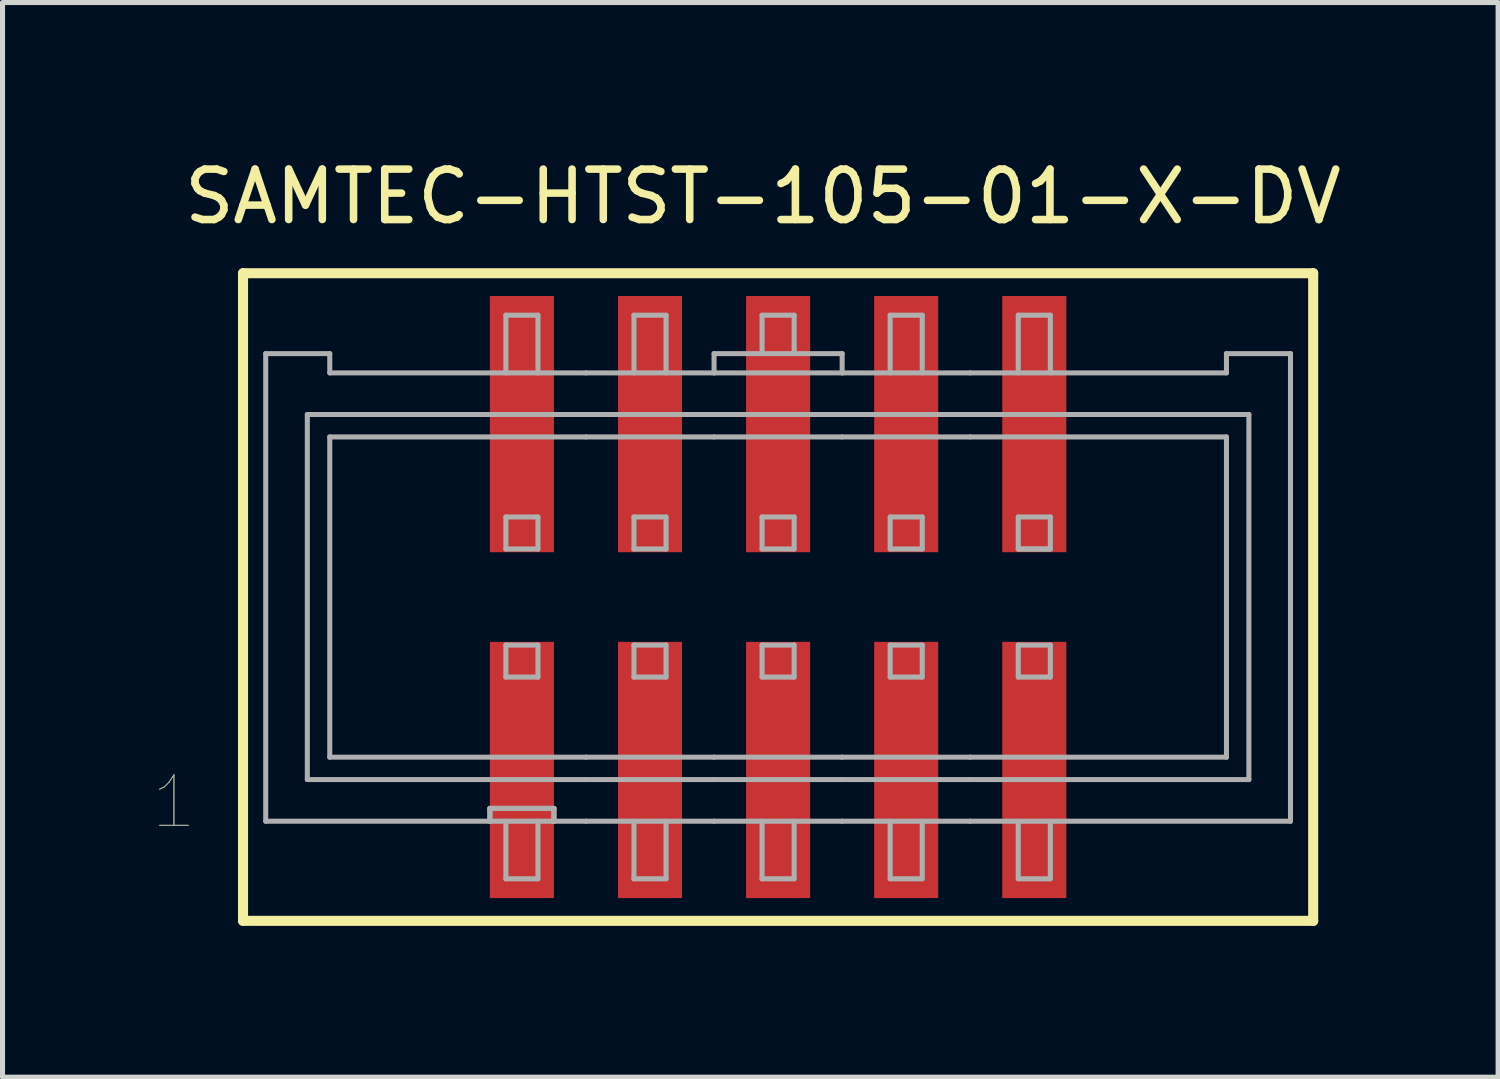
<source format=kicad_pcb>
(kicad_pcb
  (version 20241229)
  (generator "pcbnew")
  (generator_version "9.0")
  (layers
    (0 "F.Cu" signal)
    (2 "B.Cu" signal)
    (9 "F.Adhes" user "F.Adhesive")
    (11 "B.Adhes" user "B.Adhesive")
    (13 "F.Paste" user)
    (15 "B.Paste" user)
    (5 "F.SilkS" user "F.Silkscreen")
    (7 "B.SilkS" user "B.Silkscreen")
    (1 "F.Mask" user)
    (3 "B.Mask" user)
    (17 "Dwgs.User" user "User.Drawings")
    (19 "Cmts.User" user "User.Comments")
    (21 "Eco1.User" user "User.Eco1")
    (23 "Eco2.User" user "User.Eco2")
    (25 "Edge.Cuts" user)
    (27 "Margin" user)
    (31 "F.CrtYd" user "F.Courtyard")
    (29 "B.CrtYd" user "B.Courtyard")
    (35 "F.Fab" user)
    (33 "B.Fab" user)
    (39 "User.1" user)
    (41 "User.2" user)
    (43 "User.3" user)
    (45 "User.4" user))
  (footprint "SAMTEC-HTST-105-01-X-DV"
    (layer "F.Cu")
    (at 12.379 8.598)
    (property "Reference" "SAMTEC-HTST-105-01-X-DV" (at -0.3 -7.75 0) (layer "F.SilkS") (effects (font (size 1 1) (thickness 0.15))))
    (attr through_hole)
    (fp_poly (pts (xy -5.766 -5.829) (xy -4.394 -5.829) (xy -4.394 -0.647) (xy -5.766 -0.647)) (stroke (width 0.01) (type solid)) (fill yes) (layer "F.Mask"))
    (fp_poly (pts (xy -5.766 1.029) (xy -4.394 1.029) (xy -4.394 6.211) (xy -5.766 6.211)) (stroke (width 0.01) (type solid)) (fill yes) (layer "F.Mask"))
    (fp_poly (pts (xy -3.226 -5.829) (xy -1.854 -5.829) (xy -1.854 -0.647) (xy -3.226 -0.647)) (stroke (width 0.01) (type solid)) (fill yes) (layer "F.Mask"))
    (fp_poly (pts (xy -3.226 1.029) (xy -1.854 1.029) (xy -1.854 6.211) (xy -3.226 6.211)) (stroke (width 0.01) (type solid)) (fill yes) (layer "F.Mask"))
    (fp_poly (pts (xy -0.686 -5.829) (xy 0.686 -5.829) (xy 0.686 -0.647) (xy -0.686 -0.647)) (stroke (width 0.01) (type solid)) (fill yes) (layer "F.Mask"))
    (fp_poly (pts (xy -0.686 1.029) (xy 0.686 1.029) (xy 0.686 6.211) (xy -0.686 6.211)) (stroke (width 0.01) (type solid)) (fill yes) (layer "F.Mask"))
    (fp_poly (pts (xy 1.854 -5.829) (xy 3.226 -5.829) (xy 3.226 -0.647) (xy 1.854 -0.647)) (stroke (width 0.01) (type solid)) (fill yes) (layer "F.Mask"))
    (fp_poly (pts (xy 1.854 1.029) (xy 3.226 1.029) (xy 3.226 6.211) (xy 1.854 6.211)) (stroke (width 0.01) (type solid)) (fill yes) (layer "F.Mask"))
    (fp_poly (pts (xy 4.394 -5.829) (xy 5.766 -5.829) (xy 5.766 -0.647) (xy 4.394 -0.647)) (stroke (width 0.01) (type solid)) (fill yes) (layer "F.Mask"))
    (fp_poly (pts (xy 4.394 1.029) (xy 5.766 1.029) (xy 5.766 6.211) (xy 4.394 6.211)) (stroke (width 0.01) (type solid)) (fill yes) (layer "F.Mask"))
    (fp_line (start -10.61 -6.23) (end -10.61 6.611) (stroke (width 0.2) (type solid)) (layer "F.SilkS"))
    (fp_line (start -10.61 6.611) (end 10.61 6.611) (stroke (width 0.2) (type solid)) (layer "F.SilkS"))
    (fp_line (start 10.61 -6.23) (end -10.61 -6.23) (stroke (width 0.2) (type solid)) (layer "F.SilkS"))
    (fp_line (start 10.61 6.611) (end 10.61 -6.23) (stroke (width 0.2) (type solid)) (layer "F.SilkS"))
    (fp_poly (pts (xy -5.715 -5.778) (xy -4.445 -5.778) (xy -4.445 -0.698) (xy -5.715 -0.698)) (stroke (width 0.01) (type solid)) (fill yes) (layer "F.Paste"))
    (fp_poly (pts (xy -5.715 1.08) (xy -4.445 1.08) (xy -4.445 6.16) (xy -5.715 6.16)) (stroke (width 0.01) (type solid)) (fill yes) (layer "F.Paste"))
    (fp_poly (pts (xy -3.175 -5.778) (xy -1.905 -5.778) (xy -1.905 -0.698) (xy -3.175 -0.698)) (stroke (width 0.01) (type solid)) (fill yes) (layer "F.Paste"))
    (fp_poly (pts (xy -3.175 1.08) (xy -1.905 1.08) (xy -1.905 6.16) (xy -3.175 6.16)) (stroke (width 0.01) (type solid)) (fill yes) (layer "F.Paste"))
    (fp_poly (pts (xy -0.635 -5.778) (xy 0.635 -5.778) (xy 0.635 -0.698) (xy -0.635 -0.698)) (stroke (width 0.01) (type solid)) (fill yes) (layer "F.Paste"))
    (fp_poly (pts (xy -0.635 1.08) (xy 0.635 1.08) (xy 0.635 6.16) (xy -0.635 6.16)) (stroke (width 0.01) (type solid)) (fill yes) (layer "F.Paste"))
    (fp_poly (pts (xy 1.905 -5.778) (xy 3.175 -5.778) (xy 3.175 -0.698) (xy 1.905 -0.698)) (stroke (width 0.01) (type solid)) (fill yes) (layer "F.Paste"))
    (fp_poly (pts (xy 1.905 1.08) (xy 3.175 1.08) (xy 3.175 6.16) (xy 1.905 6.16)) (stroke (width 0.01) (type solid)) (fill yes) (layer "F.Paste"))
    (fp_poly (pts (xy 4.445 -5.778) (xy 5.715 -5.778) (xy 5.715 -0.698) (xy 4.445 -0.698)) (stroke (width 0.01) (type solid)) (fill yes) (layer "F.Paste"))
    (fp_poly (pts (xy 4.445 1.08) (xy 5.715 1.08) (xy 5.715 6.16) (xy 4.445 6.16)) (stroke (width 0.01) (type solid)) (fill yes) (layer "F.Paste"))
    (fp_line (start -10.16 -4.636) (end -10.16 4.636) (stroke (width 0.1) (type solid)) (layer "F.Fab"))
    (fp_line (start -9.335 -3.429) (end -9.335 3.81) (stroke (width 0.1) (type solid)) (layer "F.Fab"))
    (fp_line (start -9.335 3.81) (end -3.81 3.81) (stroke (width 0.1) (type solid)) (layer "F.Fab"))
    (fp_line (start -8.89 -4.636) (end -10.16 -4.636) (stroke (width 0.1) (type solid)) (layer "F.Fab"))
    (fp_line (start -8.89 -4.254) (end -8.89 -4.636) (stroke (width 0.1) (type solid)) (layer "F.Fab"))
    (fp_line (start -8.89 -2.984) (end -8.89 3.366) (stroke (width 0.1) (type solid)) (layer "F.Fab"))
    (fp_line (start -8.89 3.366) (end -3.81 3.366) (stroke (width 0.1) (type solid)) (layer "F.Fab"))
    (fp_line (start -5.715 4.382) (end -5.715 4.636) (stroke (width 0.1) (type solid)) (layer "F.Fab"))
    (fp_line (start -5.715 4.382) (end -5.715 4.636) (stroke (width 0.1) (type solid)) (layer "F.Fab"))
    (fp_line (start -5.715 4.636) (end -10.16 4.636) (stroke (width 0.1) (type solid)) (layer "F.Fab"))
    (fp_line (start -5.398 -5.398) (end -4.762 -5.398) (stroke (width 0.1) (type solid)) (layer "F.Fab"))
    (fp_line (start -5.398 -4.254) (end -5.398 -5.398) (stroke (width 0.1) (type solid)) (layer "F.Fab"))
    (fp_line (start -5.398 -1.397) (end -5.398 -0.762) (stroke (width 0.1) (type solid)) (layer "F.Fab"))
    (fp_line (start -5.398 1.143) (end -5.398 1.778) (stroke (width 0.1) (type solid)) (layer "F.Fab"))
    (fp_line (start -5.398 4.636) (end -5.398 5.778) (stroke (width 0.1) (type solid)) (layer "F.Fab"))
    (fp_line (start -5.398 5.778) (end -4.762 5.778) (stroke (width 0.1) (type solid)) (layer "F.Fab"))
    (fp_line (start -4.762 -5.398) (end -4.762 -4.254) (stroke (width 0.1) (type solid)) (layer "F.Fab"))
    (fp_line (start -4.762 -1.397) (end -5.398 -1.397) (stroke (width 0.1) (type solid)) (layer "F.Fab"))
    (fp_line (start -4.762 -1.397) (end -4.762 -0.762) (stroke (width 0.1) (type solid)) (layer "F.Fab"))
    (fp_line (start -4.762 -0.762) (end -5.398 -0.762) (stroke (width 0.1) (type solid)) (layer "F.Fab"))
    (fp_line (start -4.762 1.143) (end -5.398 1.143) (stroke (width 0.1) (type solid)) (layer "F.Fab"))
    (fp_line (start -4.762 1.143) (end -4.762 1.778) (stroke (width 0.1) (type solid)) (layer "F.Fab"))
    (fp_line (start -4.762 1.778) (end -5.398 1.778) (stroke (width 0.1) (type solid)) (layer "F.Fab"))
    (fp_line (start -4.762 5.778) (end -4.762 4.636) (stroke (width 0.1) (type solid)) (layer "F.Fab"))
    (fp_line (start -4.445 4.382) (end -5.715 4.382) (stroke (width 0.1) (type solid)) (layer "F.Fab"))
    (fp_line (start -4.445 4.382) (end -5.715 4.382) (stroke (width 0.1) (type solid)) (layer "F.Fab"))
    (fp_line (start -4.445 4.382) (end -4.445 4.636) (stroke (width 0.1) (type solid)) (layer "F.Fab"))
    (fp_line (start -4.445 4.382) (end -4.445 4.636) (stroke (width 0.1) (type solid)) (layer "F.Fab"))
    (fp_line (start -4.445 4.636) (end -5.715 4.636) (stroke (width 0.1) (type solid)) (layer "F.Fab"))
    (fp_line (start -3.81 -4.254) (end -8.89 -4.254) (stroke (width 0.1) (type solid)) (layer "F.Fab"))
    (fp_line (start -3.81 -3.429) (end -9.335 -3.429) (stroke (width 0.1) (type solid)) (layer "F.Fab"))
    (fp_line (start -3.81 -2.984) (end -8.89 -2.984) (stroke (width 0.1) (type solid)) (layer "F.Fab"))
    (fp_line (start -3.81 3.366) (end -1.27 3.366) (stroke (width 0.1) (type solid)) (layer "F.Fab"))
    (fp_line (start -3.81 3.81) (end -1.27 3.81) (stroke (width 0.1) (type solid)) (layer "F.Fab"))
    (fp_line (start -3.81 4.636) (end -4.445 4.636) (stroke (width 0.1) (type solid)) (layer "F.Fab"))
    (fp_line (start -2.858 -5.398) (end -2.222 -5.398) (stroke (width 0.1) (type solid)) (layer "F.Fab"))
    (fp_line (start -2.858 -4.254) (end -2.858 -5.398) (stroke (width 0.1) (type solid)) (layer "F.Fab"))
    (fp_line (start -2.858 -0.762) (end -2.858 -1.397) (stroke (width 0.1) (type solid)) (layer "F.Fab"))
    (fp_line (start -2.858 1.778) (end -2.858 1.143) (stroke (width 0.1) (type solid)) (layer "F.Fab"))
    (fp_line (start -2.858 4.636) (end -2.858 5.778) (stroke (width 0.1) (type solid)) (layer "F.Fab"))
    (fp_line (start -2.858 5.778) (end -2.222 5.778) (stroke (width 0.1) (type solid)) (layer "F.Fab"))
    (fp_line (start -2.222 -5.398) (end -2.222 -4.254) (stroke (width 0.1) (type solid)) (layer "F.Fab"))
    (fp_line (start -2.222 -1.397) (end -2.858 -1.397) (stroke (width 0.1) (type solid)) (layer "F.Fab"))
    (fp_line (start -2.222 -1.397) (end -2.222 -0.762) (stroke (width 0.1) (type solid)) (layer "F.Fab"))
    (fp_line (start -2.222 -0.762) (end -2.858 -0.762) (stroke (width 0.1) (type solid)) (layer "F.Fab"))
    (fp_line (start -2.222 1.143) (end -2.858 1.143) (stroke (width 0.1) (type solid)) (layer "F.Fab"))
    (fp_line (start -2.222 1.143) (end -2.222 1.778) (stroke (width 0.1) (type solid)) (layer "F.Fab"))
    (fp_line (start -2.222 1.778) (end -2.858 1.778) (stroke (width 0.1) (type solid)) (layer "F.Fab"))
    (fp_line (start -2.222 5.778) (end -2.222 4.636) (stroke (width 0.1) (type solid)) (layer "F.Fab"))
    (fp_line (start -1.27 -4.636) (end -1.27 -4.254) (stroke (width 0.1) (type solid)) (layer "F.Fab"))
    (fp_line (start -1.27 -4.254) (end -3.81 -4.254) (stroke (width 0.1) (type solid)) (layer "F.Fab"))
    (fp_line (start -1.27 -3.429) (end -3.81 -3.429) (stroke (width 0.1) (type solid)) (layer "F.Fab"))
    (fp_line (start -1.27 -2.984) (end -3.81 -2.984) (stroke (width 0.1) (type solid)) (layer "F.Fab"))
    (fp_line (start -1.27 3.366) (end 1.27 3.366) (stroke (width 0.1) (type solid)) (layer "F.Fab"))
    (fp_line (start -1.27 3.81) (end 1.27 3.81) (stroke (width 0.1) (type solid)) (layer "F.Fab"))
    (fp_line (start -1.27 4.636) (end -3.81 4.636) (stroke (width 0.1) (type solid)) (layer "F.Fab"))
    (fp_line (start -0.318 -5.398) (end 0.318 -5.398) (stroke (width 0.1) (type solid)) (layer "F.Fab"))
    (fp_line (start -0.318 -4.686) (end -0.318 -5.398) (stroke (width 0.1) (type solid)) (layer "F.Fab"))
    (fp_line (start -0.318 -0.762) (end -0.318 -1.397) (stroke (width 0.1) (type solid)) (layer "F.Fab"))
    (fp_line (start -0.318 1.778) (end -0.318 1.143) (stroke (width 0.1) (type solid)) (layer "F.Fab"))
    (fp_line (start -0.318 4.636) (end -0.318 5.778) (stroke (width 0.1) (type solid)) (layer "F.Fab"))
    (fp_line (start -0.318 5.778) (end 0.318 5.778) (stroke (width 0.1) (type solid)) (layer "F.Fab"))
    (fp_line (start 0.318 -5.398) (end 0.318 -4.662) (stroke (width 0.1) (type solid)) (layer "F.Fab"))
    (fp_line (start 0.318 -1.397) (end -0.318 -1.397) (stroke (width 0.1) (type solid)) (layer "F.Fab"))
    (fp_line (start 0.318 -1.397) (end 0.318 -0.762) (stroke (width 0.1) (type solid)) (layer "F.Fab"))
    (fp_line (start 0.318 -0.762) (end -0.318 -0.762) (stroke (width 0.1) (type solid)) (layer "F.Fab"))
    (fp_line (start 0.318 1.143) (end -0.318 1.143) (stroke (width 0.1) (type solid)) (layer "F.Fab"))
    (fp_line (start 0.318 1.143) (end 0.318 1.778) (stroke (width 0.1) (type solid)) (layer "F.Fab"))
    (fp_line (start 0.318 1.778) (end -0.318 1.778) (stroke (width 0.1) (type solid)) (layer "F.Fab"))
    (fp_line (start 0.318 5.778) (end 0.318 4.636) (stroke (width 0.1) (type solid)) (layer "F.Fab"))
    (fp_line (start 1.27 -4.636) (end -1.27 -4.636) (stroke (width 0.1) (type solid)) (layer "F.Fab"))
    (fp_line (start 1.27 -4.254) (end -1.27 -4.254) (stroke (width 0.1) (type solid)) (layer "F.Fab"))
    (fp_line (start 1.27 -4.254) (end 1.27 -4.636) (stroke (width 0.1) (type solid)) (layer "F.Fab"))
    (fp_line (start 1.27 -3.429) (end -1.27 -3.429) (stroke (width 0.1) (type solid)) (layer "F.Fab"))
    (fp_line (start 1.27 -2.984) (end -1.27 -2.984) (stroke (width 0.1) (type solid)) (layer "F.Fab"))
    (fp_line (start 1.27 3.366) (end 3.81 3.366) (stroke (width 0.1) (type solid)) (layer "F.Fab"))
    (fp_line (start 1.27 3.81) (end 3.81 3.81) (stroke (width 0.1) (type solid)) (layer "F.Fab"))
    (fp_line (start 1.27 4.636) (end -1.27 4.636) (stroke (width 0.1) (type solid)) (layer "F.Fab"))
    (fp_line (start 2.222 -5.398) (end 2.858 -5.398) (stroke (width 0.1) (type solid)) (layer "F.Fab"))
    (fp_line (start 2.222 -4.254) (end 2.222 -5.398) (stroke (width 0.1) (type solid)) (layer "F.Fab"))
    (fp_line (start 2.222 -0.762) (end 2.222 -1.397) (stroke (width 0.1) (type solid)) (layer "F.Fab"))
    (fp_line (start 2.222 1.778) (end 2.222 1.143) (stroke (width 0.1) (type solid)) (layer "F.Fab"))
    (fp_line (start 2.222 4.636) (end 2.222 5.778) (stroke (width 0.1) (type solid)) (layer "F.Fab"))
    (fp_line (start 2.222 5.778) (end 2.858 5.778) (stroke (width 0.1) (type solid)) (layer "F.Fab"))
    (fp_line (start 2.858 -5.398) (end 2.858 -4.254) (stroke (width 0.1) (type solid)) (layer "F.Fab"))
    (fp_line (start 2.858 -1.397) (end 2.222 -1.397) (stroke (width 0.1) (type solid)) (layer "F.Fab"))
    (fp_line (start 2.858 -1.397) (end 2.858 -0.762) (stroke (width 0.1) (type solid)) (layer "F.Fab"))
    (fp_line (start 2.858 -0.762) (end 2.222 -0.762) (stroke (width 0.1) (type solid)) (layer "F.Fab"))
    (fp_line (start 2.858 1.143) (end 2.222 1.143) (stroke (width 0.1) (type solid)) (layer "F.Fab"))
    (fp_line (start 2.858 1.143) (end 2.858 1.778) (stroke (width 0.1) (type solid)) (layer "F.Fab"))
    (fp_line (start 2.858 1.778) (end 2.222 1.778) (stroke (width 0.1) (type solid)) (layer "F.Fab"))
    (fp_line (start 2.858 5.778) (end 2.858 4.636) (stroke (width 0.1) (type solid)) (layer "F.Fab"))
    (fp_line (start 3.81 -4.254) (end 1.27 -4.254) (stroke (width 0.1) (type solid)) (layer "F.Fab"))
    (fp_line (start 3.81 -3.429) (end 1.27 -3.429) (stroke (width 0.1) (type solid)) (layer "F.Fab"))
    (fp_line (start 3.81 -2.984) (end 1.27 -2.984) (stroke (width 0.1) (type solid)) (layer "F.Fab"))
    (fp_line (start 3.81 3.366) (end 8.89 3.366) (stroke (width 0.1) (type solid)) (layer "F.Fab"))
    (fp_line (start 3.81 3.81) (end 9.335 3.81) (stroke (width 0.1) (type solid)) (layer "F.Fab"))
    (fp_line (start 3.81 4.636) (end 1.27 4.636) (stroke (width 0.1) (type solid)) (layer "F.Fab"))
    (fp_line (start 4.762 -5.398) (end 5.398 -5.398) (stroke (width 0.1) (type solid)) (layer "F.Fab"))
    (fp_line (start 4.762 -4.254) (end 4.762 -5.398) (stroke (width 0.1) (type solid)) (layer "F.Fab"))
    (fp_line (start 4.762 -0.762) (end 4.762 -1.397) (stroke (width 0.1) (type solid)) (layer "F.Fab"))
    (fp_line (start 4.762 -0.762) (end 5.398 -0.762) (stroke (width 0.1) (type solid)) (layer "F.Fab"))
    (fp_line (start 4.762 1.778) (end 4.762 1.143) (stroke (width 0.1) (type solid)) (layer "F.Fab"))
    (fp_line (start 4.762 4.636) (end 4.762 5.778) (stroke (width 0.1) (type solid)) (layer "F.Fab"))
    (fp_line (start 4.762 5.778) (end 5.398 5.778) (stroke (width 0.1) (type solid)) (layer "F.Fab"))
    (fp_line (start 5.398 -5.398) (end 5.398 -4.254) (stroke (width 0.1) (type solid)) (layer "F.Fab"))
    (fp_line (start 5.398 -1.397) (end 4.762 -1.397) (stroke (width 0.1) (type solid)) (layer "F.Fab"))
    (fp_line (start 5.398 -1.397) (end 5.398 -0.762) (stroke (width 0.1) (type solid)) (layer "F.Fab"))
    (fp_line (start 5.398 -0.762) (end 4.762 -0.762) (stroke (width 0.1) (type solid)) (layer "F.Fab"))
    (fp_line (start 5.398 1.143) (end 4.762 1.143) (stroke (width 0.1) (type solid)) (layer "F.Fab"))
    (fp_line (start 5.398 1.143) (end 5.398 1.778) (stroke (width 0.1) (type solid)) (layer "F.Fab"))
    (fp_line (start 5.398 1.778) (end 4.762 1.778) (stroke (width 0.1) (type solid)) (layer "F.Fab"))
    (fp_line (start 5.398 5.778) (end 5.398 4.636) (stroke (width 0.1) (type solid)) (layer "F.Fab"))
    (fp_line (start 8.89 -4.636) (end 8.89 -4.254) (stroke (width 0.1) (type solid)) (layer "F.Fab"))
    (fp_line (start 8.89 -4.254) (end 3.81 -4.254) (stroke (width 0.1) (type solid)) (layer "F.Fab"))
    (fp_line (start 8.89 -2.984) (end 3.81 -2.984) (stroke (width 0.1) (type solid)) (layer "F.Fab"))
    (fp_line (start 8.89 3.366) (end 8.89 -2.984) (stroke (width 0.1) (type solid)) (layer "F.Fab"))
    (fp_line (start 9.335 -3.429) (end 3.81 -3.429) (stroke (width 0.1) (type solid)) (layer "F.Fab"))
    (fp_line (start 9.335 3.81) (end 9.335 -3.429) (stroke (width 0.1) (type solid)) (layer "F.Fab"))
    (fp_line (start 10.16 -4.636) (end 8.89 -4.636) (stroke (width 0.1) (type solid)) (layer "F.Fab"))
    (fp_line (start 10.16 -4.636) (end 10.16 4.636) (stroke (width 0.1) (type solid)) (layer "F.Fab"))
    (fp_line (start 10.16 4.636) (end 3.81 4.636) (stroke (width 0.1) (type solid)) (layer "F.Fab"))
    (fp_text user "1" (at -11.98 4.254 0) (layer "F.SilkS") (effects (font (size 1 1) (thickness 0.015))))
    (fp_text user "1" (at -11.98 4.254 0) (layer "F.Fab") (effects (font (size 1 1) (thickness 0.015))))
    (pad "1" smd rect (at -5.08 3.62) (size 1.27 5.08) (layers "F.Cu" "F.Paste"))
    (pad "2" smd rect (at -5.08 -3.238) (size 1.27 5.08) (layers "F.Cu" "F.Paste"))
    (pad "3" smd rect (at -2.54 3.62) (size 1.27 5.08) (layers "F.Cu" "F.Paste"))
    (pad "4" smd rect (at -2.54 -3.238) (size 1.27 5.08) (layers "F.Cu" "F.Paste"))
    (pad "5" smd rect (at 0 3.62) (size 1.27 5.08) (layers "F.Cu" "F.Paste"))
    (pad "6" smd rect (at 0 -3.238) (size 1.27 5.08) (layers "F.Cu" "F.Paste"))
    (pad "7" smd rect (at 2.54 3.62) (size 1.27 5.08) (layers "F.Cu" "F.Paste"))
    (pad "8" smd rect (at 2.54 -3.238) (size 1.27 5.08) (layers "F.Cu" "F.Paste"))
    (pad "9" smd rect (at 5.08 3.62) (size 1.27 5.08) (layers "F.Cu" "F.Paste"))
    (pad "10" smd rect (at 5.08 -3.238) (size 1.27 5.08) (layers "F.Cu" "F.Paste")))
  (gr_rect
    (start -3 -3)
    (end 26.656 18.309)
    (stroke (width 0.1) (type default))
    (fill no)
    (layer "Edge.Cuts")))
</source>
